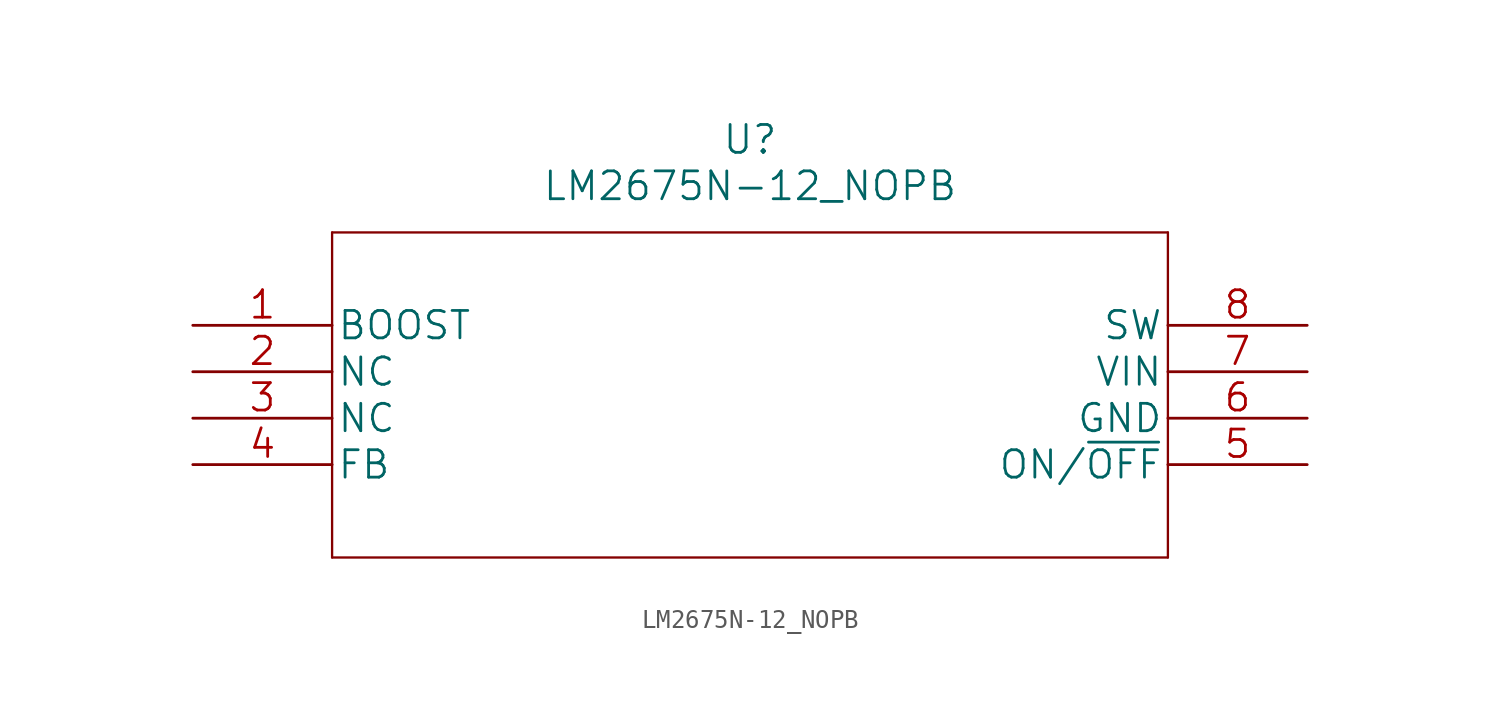
<source format=kicad_sym>
(kicad_symbol_lib
  (version 20211014)
  (generator kicad_symbol_editor)
  (symbol "LM2675N-12_NOPB"
    (pin_names
      (offset 0.254))
    (property "Reference" "U"
      (at 30.48 10.16 0)
      (effects (font (size 1.524 1.524))))
    (property "Value" "LM2675N-12_NOPB"
      (at 30.48 7.62 0)
      (effects (font (size 1.524 1.524))))
    (property "Datasheet" ""
      (at 0 0 0)
      (effects (font (size 1.524 1.524))))
    (property "ki_locked" ""
      (at 0 0 0)
      (effects (font (size 1.27 1.27))))
    (symbol "LM2675N-12_NOPB_1_1"
      (polyline (pts (xy 7.62 -12.7) (xy 53.34 -12.7)) (stroke (width 0.127) (type default) (color 0 0 0 0)) (fill (type none)))
      (polyline (pts (xy 7.62 5.08) (xy 7.62 -12.7)) (stroke (width 0.127) (type default) (color 0 0 0 0)) (fill (type none)))
      (polyline (pts (xy 53.34 -12.7) (xy 53.34 5.08)) (stroke (width 0.127) (type default) (color 0 0 0 0)) (fill (type none)))
      (polyline (pts (xy 53.34 5.08) (xy 7.62 5.08)) (stroke (width 0.127) (type default) (color 0 0 0 0)) (fill (type none)))
      (pin passive line (at 0 0 0) (length 7.62) (name "BOOST" (effects (font (size 1.499 1.499)))) (number "1" (effects (font (size 1.499 1.499)))))
      (pin passive line (at 0 -2.54 0) (length 7.62) (name "NC" (effects (font (size 1.499 1.499)))) (number "2" (effects (font (size 1.499 1.499)))))
      (pin passive line (at 0 -5.08 0) (length 7.62) (name "NC" (effects (font (size 1.499 1.499)))) (number "3" (effects (font (size 1.499 1.499)))))
      (pin passive line (at 0 -7.62 0) (length 7.62) (name "FB" (effects (font (size 1.499 1.499)))) (number "4" (effects (font (size 1.499 1.499)))))
      (pin passive line (at 60.96 -7.62 180) (length 7.62) (name "ON/~{OFF}" (effects (font (size 1.499 1.499)))) (number "5" (effects (font (size 1.499 1.499)))))
      (pin passive line (at 60.96 -5.08 180) (length 7.62) (name "GND" (effects (font (size 1.499 1.499)))) (number "6" (effects (font (size 1.499 1.499)))))
      (pin input line (at 60.96 -2.54 180) (length 7.62) (name "VIN" (effects (font (size 1.499 1.499)))) (number "7" (effects (font (size 1.499 1.499)))))
      (pin output line (at 60.96 0 180) (length 7.62) (name "SW" (effects (font (size 1.499 1.499)))) (number "8" (effects (font (size 1.499 1.499))))))))
</source>
